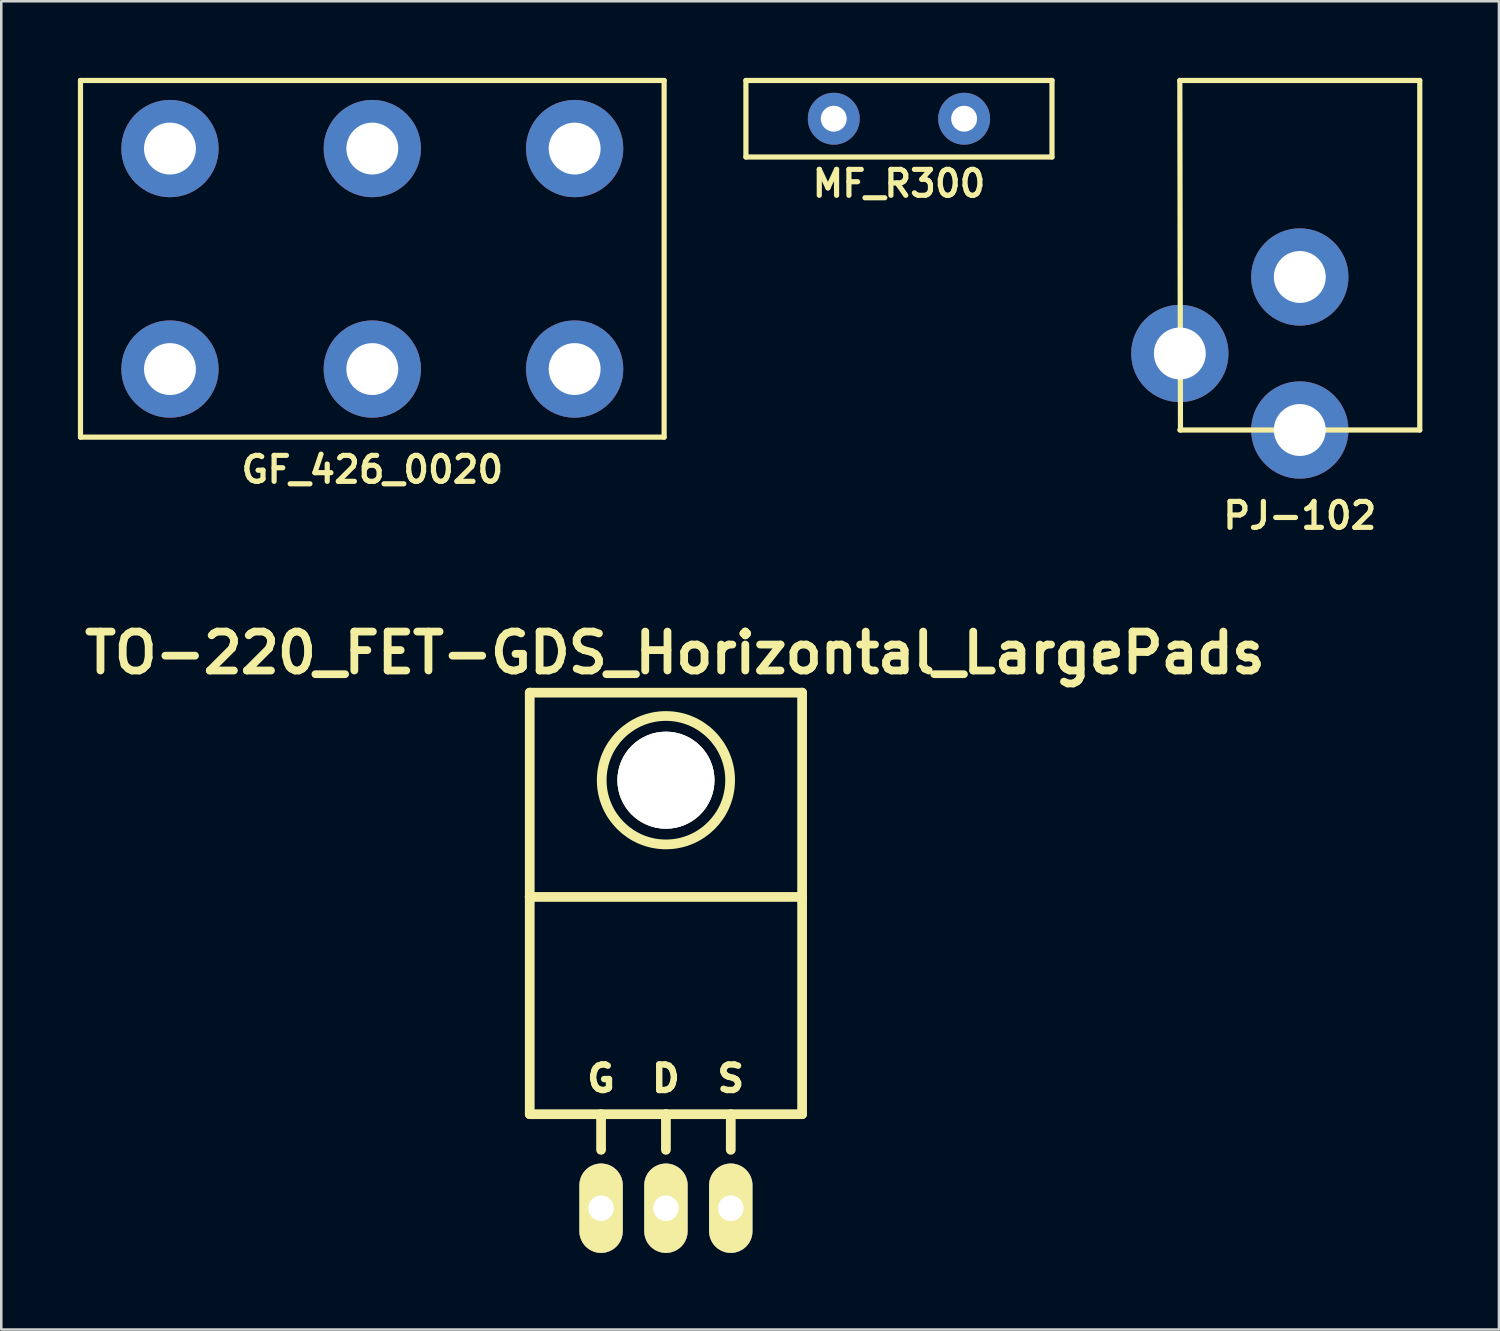
<source format=kicad_pcb>
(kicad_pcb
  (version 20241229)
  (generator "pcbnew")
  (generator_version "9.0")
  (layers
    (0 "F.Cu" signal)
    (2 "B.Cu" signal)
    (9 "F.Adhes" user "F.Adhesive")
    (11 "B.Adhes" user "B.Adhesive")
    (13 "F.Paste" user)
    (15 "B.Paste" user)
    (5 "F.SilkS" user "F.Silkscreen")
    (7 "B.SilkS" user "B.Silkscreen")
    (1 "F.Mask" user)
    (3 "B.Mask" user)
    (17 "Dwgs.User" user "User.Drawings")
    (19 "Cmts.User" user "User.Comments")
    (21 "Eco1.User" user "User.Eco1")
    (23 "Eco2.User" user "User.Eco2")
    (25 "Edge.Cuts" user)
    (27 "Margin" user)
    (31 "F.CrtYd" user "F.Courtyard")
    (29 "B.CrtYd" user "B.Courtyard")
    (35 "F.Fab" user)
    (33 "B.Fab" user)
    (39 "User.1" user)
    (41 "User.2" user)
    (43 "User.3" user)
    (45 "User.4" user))
  (footprint "MF_R300"
    (layer "F.Cu")
    (at 32.159 1.6)
    (property "Reference" "MF_R300" (at 0 2.54 0) (layer "F.SilkS") (effects (font (size 1.016 1.016) (thickness 0.203))))
    (attr through_hole)
    (fp_line (start -5.994 -1.499) (end -5.994 1.499) (stroke (width 0.203) (type solid)) (layer "F.SilkS"))
    (fp_line (start -5.994 1.499) (end 5.994 1.499) (stroke (width 0.203) (type solid)) (layer "F.SilkS"))
    (fp_line (start 5.994 -1.499) (end -5.994 -1.499) (stroke (width 0.203) (type solid)) (layer "F.SilkS"))
    (fp_line (start 5.994 1.499) (end 5.994 -1.499) (stroke (width 0.203) (type solid)) (layer "F.SilkS"))
    (pad "1" thru_hole circle (at -2.553 0) (size 2.032 2.032) (drill 1.016) (layers "*.Cu" "*.Mask"))
    (pad "2" thru_hole circle (at 2.553 0) (size 2.032 2.032) (drill 1.016) (layers "*.Cu" "*.Mask")))
  (footprint "TO-220_FET-GDS_Horizontal_LargePads"
    (layer "F.Cu")
    (at 23.032 44.272)
    (property "Reference" "TO-220_FET-GDS_Horizontal_LargePads" (at 0.351 -21.75 0) (layer "F.SilkS") (effects (font (size 1.524 1.524) (thickness 0.305))))
    (attr through_hole)
    (fp_line (start -5.334 -20.193) (end -5.334 -12.192) (stroke (width 0.381) (type solid)) (layer "F.SilkS"))
    (fp_line (start -5.334 -12.192) (end -5.334 -3.683) (stroke (width 0.381) (type solid)) (layer "F.SilkS"))
    (fp_line (start -2.54 -3.683) (end -2.54 -2.286) (stroke (width 0.381) (type solid)) (layer "F.SilkS"))
    (fp_line (start 0 -3.683) (end -5.334 -3.683) (stroke (width 0.381) (type solid)) (layer "F.SilkS"))
    (fp_line (start 0 -3.683) (end 0 -2.286) (stroke (width 0.381) (type solid)) (layer "F.SilkS"))
    (fp_line (start 0 -3.683) (end 5.334 -3.683) (stroke (width 0.381) (type solid)) (layer "F.SilkS"))
    (fp_line (start 2.54 -3.683) (end 2.54 -2.286) (stroke (width 0.381) (type solid)) (layer "F.SilkS"))
    (fp_line (start 5.334 -20.193) (end -5.334 -20.193) (stroke (width 0.381) (type solid)) (layer "F.SilkS"))
    (fp_line (start 5.334 -12.192) (end -5.334 -12.192) (stroke (width 0.381) (type solid)) (layer "F.SilkS"))
    (fp_line (start 5.334 -12.192) (end 5.334 -20.193) (stroke (width 0.381) (type solid)) (layer "F.SilkS"))
    (fp_line (start 5.334 -3.683) (end 5.334 -12.192) (stroke (width 0.381) (type solid)) (layer "F.SilkS"))
    (fp_circle (center 0 -16.764) (end 1.778 -14.986) (stroke (width 0.381) (type solid)) (fill no) (layer "F.SilkS"))
    (fp_text user "S" (at 2.54 -5.08 0) (layer "F.SilkS") (effects (font (size 1.001 1.001) (thickness 0.251))))
    (fp_text user "G" (at -2.54 -5.08 0) (layer "F.SilkS") (effects (font (size 1.001 1.001) (thickness 0.251))))
    (fp_text user "D" (at 0 -5.08 0) (layer "F.SilkS") (effects (font (size 1.001 1.001) (thickness 0.251))))
    (pad "" thru_hole circle (at 0 -16.764 90) (size 3.8 3.8) (drill 3.8) (layers "*.Cu" "*.Mask" "F.SilkS"))
    (pad "D" thru_hole oval (at 0 0 90) (size 3.5 1.699) (drill 1.001) (layers "*.Cu" "*.Mask" "F.SilkS"))
    (pad "G" thru_hole oval (at -2.54 0 90) (size 3.5 1.699) (drill 1.001) (layers "*.Cu" "*.Mask" "F.SilkS"))
    (pad "S" thru_hole oval (at 2.54 0 90) (size 3.5 1.699) (drill 1.001) (layers "*.Cu" "*.Mask" "F.SilkS")))
  (footprint "PJ-102"
    (layer "F.Cu")
    (at 47.859 10.795)
    (property "Reference" "PJ-102" (at 0 6.35 0) (layer "F.SilkS") (effects (font (size 1.016 1.016) (thickness 0.203))))
    (attr through_hole)
    (fp_line (start -4.699 -10.693) (end -4.674 2.997) (stroke (width 0.203) (type solid)) (layer "F.SilkS"))
    (fp_line (start -4.699 2.997) (end 4.699 2.997) (stroke (width 0.203) (type solid)) (layer "F.SilkS"))
    (fp_line (start 4.699 -10.693) (end -4.699 -10.693) (stroke (width 0.203) (type solid)) (layer "F.SilkS"))
    (fp_line (start 4.699 2.997) (end 4.699 -10.693) (stroke (width 0.203) (type solid)) (layer "F.SilkS"))
    (pad "1" thru_hole circle (at 0 2.997) (size 3.81 3.81) (drill 2.032) (layers "*.Cu" "*.Mask"))
    (pad "2" thru_hole circle (at 0 -2.997) (size 3.81 3.81) (drill 2.032) (layers "*.Cu" "*.Mask"))
    (pad "3" thru_hole circle (at -4.699 0) (size 3.81 3.81) (drill 2.032) (layers "*.Cu" "*.Mask")))
  (footprint "GF_426_0020"
    (layer "F.Cu")
    (at 11.532 7.087)
    (property "Reference" "GF_426_0020" (at 0 8.255 0) (layer "F.SilkS") (effects (font (size 1.016 1.016) (thickness 0.203))))
    (attr through_hole)
    (fp_line (start -11.43 -6.985) (end -11.43 6.985) (stroke (width 0.203) (type solid)) (layer "F.SilkS"))
    (fp_line (start -11.43 6.985) (end 11.43 6.985) (stroke (width 0.203) (type solid)) (layer "F.SilkS"))
    (fp_line (start 11.43 -6.985) (end -11.43 -6.985) (stroke (width 0.203) (type solid)) (layer "F.SilkS"))
    (fp_line (start 11.43 6.985) (end 11.43 -6.985) (stroke (width 0.203) (type solid)) (layer "F.SilkS"))
    (pad "1" thru_hole circle (at -7.925 -4.318) (size 3.81 3.81) (drill 2.032) (layers "*.Cu" "*.Mask"))
    (pad "2" thru_hole circle (at 0 -4.318) (size 3.81 3.81) (drill 2.032) (layers "*.Cu" "*.Mask"))
    (pad "3" thru_hole circle (at 7.925 -4.318) (size 3.81 3.81) (drill 2.032) (layers "*.Cu" "*.Mask"))
    (pad "4" thru_hole circle (at -7.925 4.318) (size 3.81 3.81) (drill 2.032) (layers "*.Cu" "*.Mask"))
    (pad "5" thru_hole circle (at 0 4.318) (size 3.81 3.81) (drill 2.032) (layers "*.Cu" "*.Mask"))
    (pad "6" thru_hole circle (at 7.925 4.318) (size 3.81 3.81) (drill 2.032) (layers "*.Cu" "*.Mask")))
  (gr_rect
    (start -3 -3)
    (end 55.66 49.023)
    (stroke (width 0.1) (type default))
    (fill no)
    (layer "Edge.Cuts")))
</source>
